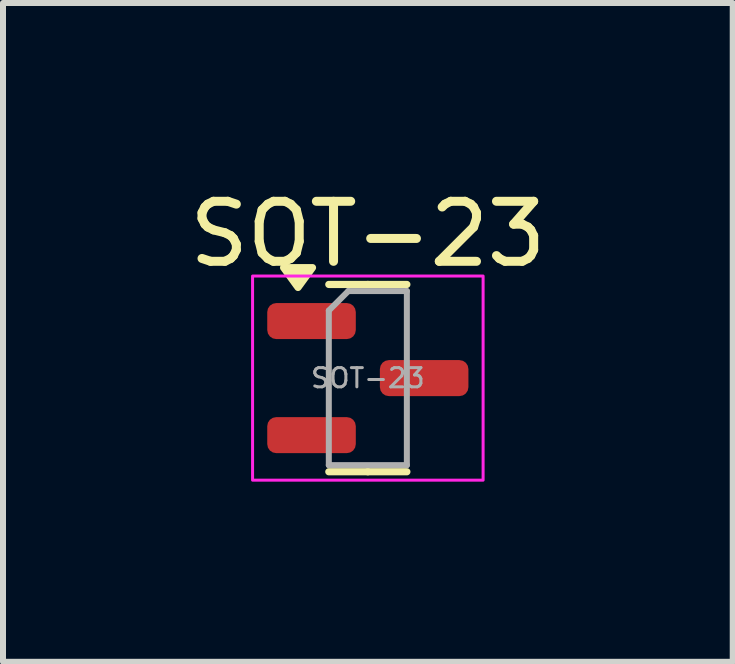
<source format=kicad_pcb>
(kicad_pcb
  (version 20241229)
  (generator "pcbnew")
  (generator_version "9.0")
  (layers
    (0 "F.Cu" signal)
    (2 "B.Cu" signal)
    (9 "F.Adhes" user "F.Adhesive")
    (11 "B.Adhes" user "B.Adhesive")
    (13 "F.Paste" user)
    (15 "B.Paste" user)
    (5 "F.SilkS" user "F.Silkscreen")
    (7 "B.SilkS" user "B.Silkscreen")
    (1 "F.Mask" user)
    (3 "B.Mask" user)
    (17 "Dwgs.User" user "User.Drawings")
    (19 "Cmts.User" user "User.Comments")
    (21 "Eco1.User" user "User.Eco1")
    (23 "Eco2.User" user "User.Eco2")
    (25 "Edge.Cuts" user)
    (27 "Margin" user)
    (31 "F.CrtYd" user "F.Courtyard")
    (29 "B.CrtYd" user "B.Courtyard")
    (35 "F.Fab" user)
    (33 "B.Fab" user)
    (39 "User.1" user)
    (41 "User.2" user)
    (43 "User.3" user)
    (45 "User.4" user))
  (footprint "SOT-23"
    (layer "F.Cu")
    (at 3.077 3.248)
    (property "Reference" "SOT-23" (at 0 -2.4 0) (layer "F.SilkS") (effects (font (size 1 1) (thickness 0.15))))
    (attr smd)
    (fp_line (start 0 -1.56) (end -0.65 -1.56) (stroke (width 0.12) (type solid)) (layer "F.SilkS"))
    (fp_line (start 0 -1.56) (end 0.65 -1.56) (stroke (width 0.12) (type solid)) (layer "F.SilkS"))
    (fp_line (start 0 1.56) (end -0.65 1.56) (stroke (width 0.12) (type solid)) (layer "F.SilkS"))
    (fp_line (start 0 1.56) (end 0.65 1.56) (stroke (width 0.12) (type solid)) (layer "F.SilkS"))
    (fp_poly (pts (xy -1.163 -1.51) (xy -1.403 -1.84) (xy -0.922 -1.84)) (stroke (width 0.12) (type solid)) (fill yes) (layer "F.SilkS"))
    (fp_rect (start -1.92 -1.7) (end 1.92 1.7) (stroke (width 0.05) (type solid)) (fill no) (layer "F.CrtYd"))
    (fp_line (start -0.65 -1.125) (end -0.325 -1.45) (stroke (width 0.1) (type solid)) (layer "F.Fab"))
    (fp_line (start -0.65 1.45) (end -0.65 -1.125) (stroke (width 0.1) (type solid)) (layer "F.Fab"))
    (fp_line (start -0.325 -1.45) (end 0.65 -1.45) (stroke (width 0.1) (type solid)) (layer "F.Fab"))
    (fp_line (start 0.65 -1.45) (end 0.65 1.45) (stroke (width 0.1) (type solid)) (layer "F.Fab"))
    (fp_line (start 0.65 1.45) (end -0.65 1.45) (stroke (width 0.1) (type solid)) (layer "F.Fab"))
    (fp_text user "${REFERENCE}" (at 0 0 0) (layer "F.Fab") (effects (font (size 0.32 0.32) (thickness 0.05))))
    (pad "1" smd roundrect (at 0.938 0) (size 1.475 0.6) (layers "F.Cu" "F.Mask" "F.Paste") (roundrect_rratio 0.25))
    (pad "2" smd roundrect (at -0.938 -0.95) (size 1.475 0.6) (layers "F.Cu" "F.Mask" "F.Paste") (roundrect_rratio 0.25))
    (pad "3" smd roundrect (at -0.938 0.95) (size 1.475 0.6) (layers "F.Cu" "F.Mask" "F.Paste") (roundrect_rratio 0.25)))
  (gr_rect
    (start -3 -3)
    (end 9.155 7.973)
    (stroke (width 0.1) (type default))
    (fill no)
    (layer "Edge.Cuts")))
</source>
